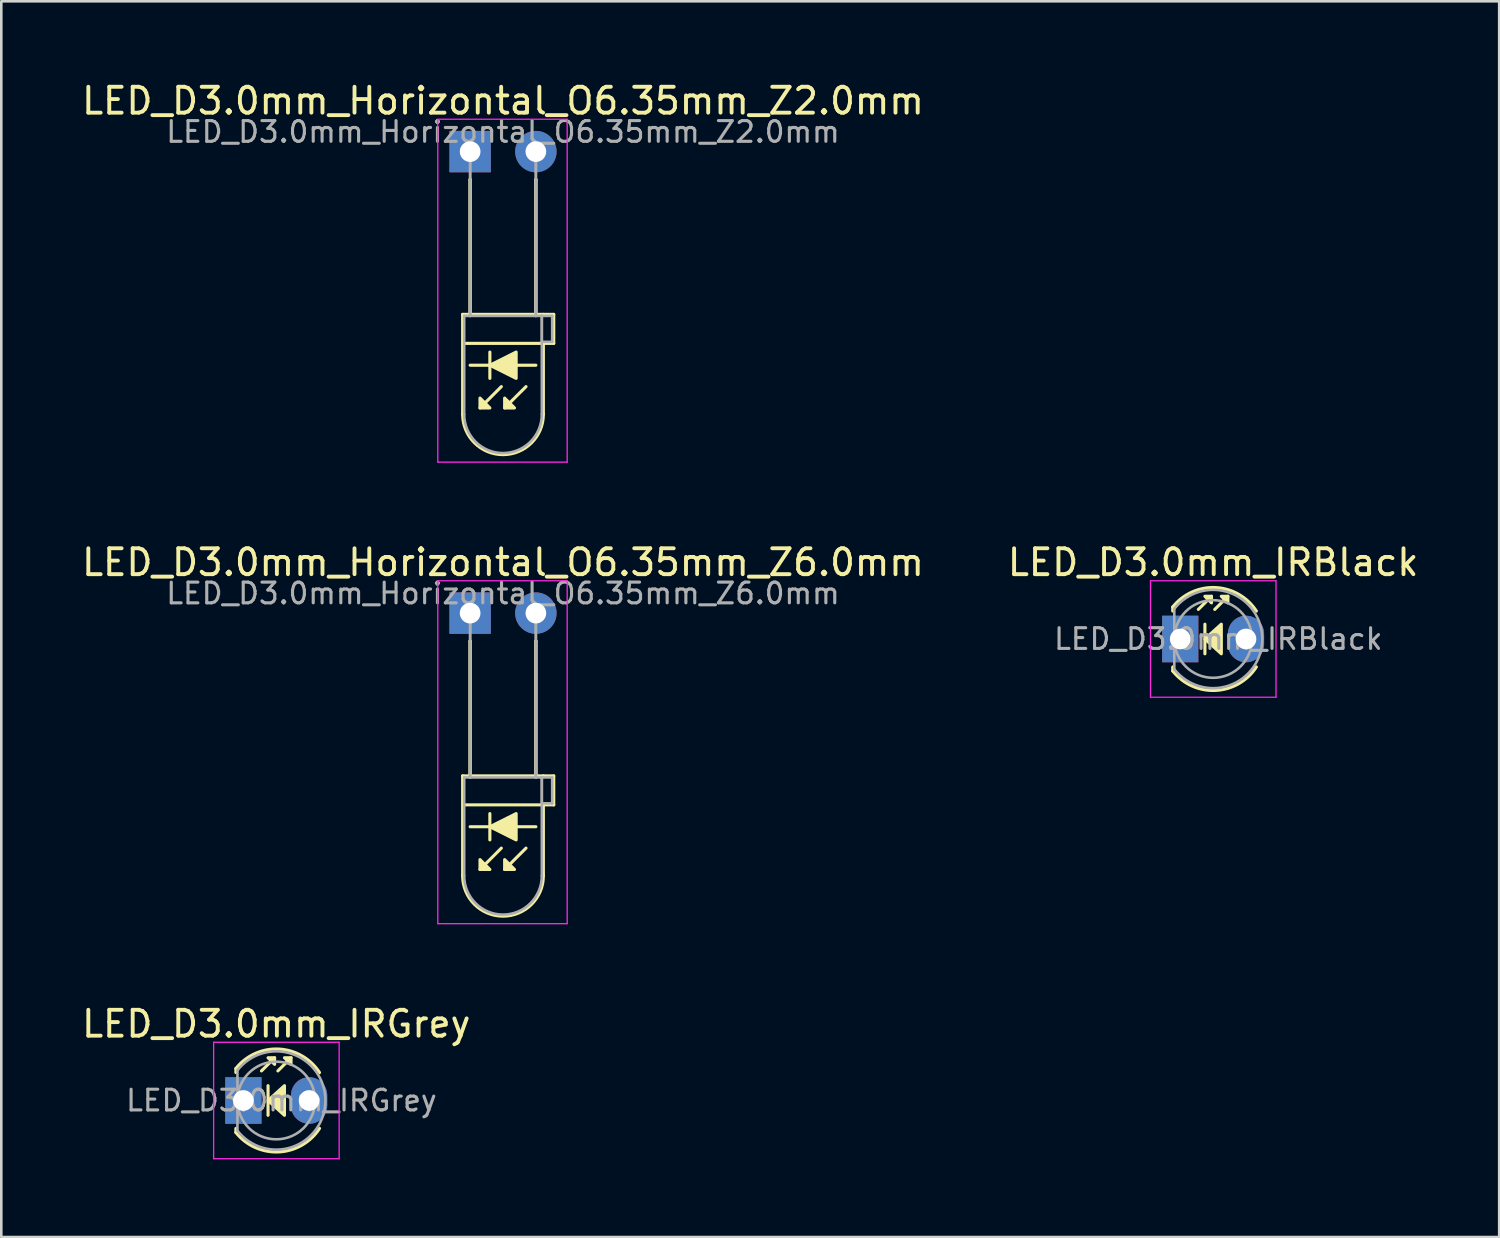
<source format=kicad_pcb>
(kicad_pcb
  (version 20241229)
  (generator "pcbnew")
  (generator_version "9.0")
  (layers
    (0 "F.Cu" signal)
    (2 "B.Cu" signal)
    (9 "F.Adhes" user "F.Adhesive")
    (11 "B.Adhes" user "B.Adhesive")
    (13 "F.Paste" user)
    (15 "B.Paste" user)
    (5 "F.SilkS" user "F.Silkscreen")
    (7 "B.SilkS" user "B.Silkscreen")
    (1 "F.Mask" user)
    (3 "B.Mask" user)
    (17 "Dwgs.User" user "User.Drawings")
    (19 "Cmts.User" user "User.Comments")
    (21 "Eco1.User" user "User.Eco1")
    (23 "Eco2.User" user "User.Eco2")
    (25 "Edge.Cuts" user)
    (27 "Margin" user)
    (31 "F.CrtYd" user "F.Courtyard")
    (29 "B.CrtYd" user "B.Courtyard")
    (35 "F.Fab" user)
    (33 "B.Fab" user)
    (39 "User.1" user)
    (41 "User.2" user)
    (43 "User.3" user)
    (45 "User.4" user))
  (footprint "LED_D3.0mm_Horizontal_O6.35mm_Z6.0mm"
    (layer "F.Cu")
    (at 15.117 20.642)
    (property "Reference" "LED_D3.0mm_Horizontal_O6.35mm_Z6.0mm" (at 1.27 -1.96 0) (layer "F.SilkS") (effects (font (size 1 1) (thickness 0.15))))
    (fp_line (start -0.29 6.29) (end -0.29 10.15) (stroke (width 0.12) (type solid)) (layer "F.SilkS"))
    (fp_line (start -0.29 6.29) (end 2.83 6.29) (stroke (width 0.12) (type solid)) (layer "F.SilkS"))
    (fp_line (start 0 1.08) (end 0 1.08) (stroke (width 0.12) (type solid)) (layer "F.SilkS"))
    (fp_line (start 0 1.08) (end 0 6.29) (stroke (width 0.12) (type solid)) (layer "F.SilkS"))
    (fp_line (start 0 6.29) (end 0 1.08) (stroke (width 0.12) (type solid)) (layer "F.SilkS"))
    (fp_line (start 0 6.29) (end 0 6.29) (stroke (width 0.12) (type solid)) (layer "F.SilkS"))
    (fp_line (start 0.762 7.747) (end 0.762 8.763) (stroke (width 0.12) (type solid)) (layer "F.SilkS"))
    (fp_line (start 1.206 9.081) (end 0.381 9.906) (stroke (width 0.12) (type solid)) (layer "F.SilkS"))
    (fp_line (start 2.159 9.081) (end 1.333 9.906) (stroke (width 0.12) (type solid)) (layer "F.SilkS"))
    (fp_line (start 2.54 1.08) (end 2.54 1.08) (stroke (width 0.12) (type solid)) (layer "F.SilkS"))
    (fp_line (start 2.54 1.08) (end 2.54 6.29) (stroke (width 0.12) (type solid)) (layer "F.SilkS"))
    (fp_line (start 2.54 6.29) (end 2.54 1.08) (stroke (width 0.12) (type solid)) (layer "F.SilkS"))
    (fp_line (start 2.54 6.29) (end 2.54 6.29) (stroke (width 0.12) (type solid)) (layer "F.SilkS"))
    (fp_line (start 2.54 8.255) (end 0 8.255) (stroke (width 0.12) (type solid)) (layer "F.SilkS"))
    (fp_line (start 2.83 6.29) (end 3.23 6.29) (stroke (width 0.12) (type solid)) (layer "F.SilkS"))
    (fp_line (start 2.83 7.41) (end 2.83 10.15) (stroke (width 0.12) (type solid)) (layer "F.SilkS"))
    (fp_line (start 3.23 6.29) (end 3.23 7.41) (stroke (width 0.12) (type solid)) (layer "F.SilkS"))
    (fp_line (start 3.23 7.41) (end -0.254 7.41) (stroke (width 0.12) (type solid)) (layer "F.SilkS"))
    (fp_arc (start 2.83 10.15) (mid 1.27 11.71) (end -0.29 10.15) (stroke (width 0.12) (type solid)) (layer "F.SilkS"))
    (fp_poly (pts (xy 0.381 9.525) (xy 0.762 9.906) (xy 0.381 9.906)) (stroke (width 0.12) (type solid)) (fill yes) (layer "F.SilkS"))
    (fp_poly (pts (xy 1.333 9.525) (xy 1.714 9.906) (xy 1.333 9.906)) (stroke (width 0.12) (type solid)) (fill yes) (layer "F.SilkS"))
    (fp_poly (pts (xy 1.778 8.763) (xy 0.762 8.255) (xy 1.778 7.747)) (stroke (width 0.12) (type solid)) (fill yes) (layer "F.SilkS"))
    (fp_line (start -1.25 -1.25) (end -1.25 12) (stroke (width 0.05) (type solid)) (layer "F.CrtYd"))
    (fp_line (start -1.25 12) (end 3.75 12) (stroke (width 0.05) (type solid)) (layer "F.CrtYd"))
    (fp_line (start 3.75 -1.25) (end -1.25 -1.25) (stroke (width 0.05) (type solid)) (layer "F.CrtYd"))
    (fp_line (start 3.75 12) (end 3.75 -1.25) (stroke (width 0.05) (type solid)) (layer "F.CrtYd"))
    (fp_line (start -0.23 6.35) (end -0.23 10.15) (stroke (width 0.1) (type solid)) (layer "F.Fab"))
    (fp_line (start -0.23 6.35) (end 2.77 6.35) (stroke (width 0.1) (type solid)) (layer "F.Fab"))
    (fp_line (start 0 0) (end 0 0) (stroke (width 0.1) (type solid)) (layer "F.Fab"))
    (fp_line (start 0 0) (end 0 6.35) (stroke (width 0.1) (type solid)) (layer "F.Fab"))
    (fp_line (start 0 6.35) (end 0 0) (stroke (width 0.1) (type solid)) (layer "F.Fab"))
    (fp_line (start 0 6.35) (end 0 6.35) (stroke (width 0.1) (type solid)) (layer "F.Fab"))
    (fp_line (start 2.54 0) (end 2.54 0) (stroke (width 0.1) (type solid)) (layer "F.Fab"))
    (fp_line (start 2.54 0) (end 2.54 6.35) (stroke (width 0.1) (type solid)) (layer "F.Fab"))
    (fp_line (start 2.54 6.35) (end 2.54 0) (stroke (width 0.1) (type solid)) (layer "F.Fab"))
    (fp_line (start 2.54 6.35) (end 2.54 6.35) (stroke (width 0.1) (type solid)) (layer "F.Fab"))
    (fp_line (start 2.77 6.35) (end 2.77 10.15) (stroke (width 0.1) (type solid)) (layer "F.Fab"))
    (fp_line (start 2.77 6.35) (end 3.17 6.35) (stroke (width 0.1) (type solid)) (layer "F.Fab"))
    (fp_line (start 2.77 7.35) (end 2.77 6.35) (stroke (width 0.1) (type solid)) (layer "F.Fab"))
    (fp_line (start 3.17 6.35) (end 3.17 7.35) (stroke (width 0.1) (type solid)) (layer "F.Fab"))
    (fp_line (start 3.17 7.35) (end 2.77 7.35) (stroke (width 0.1) (type solid)) (layer "F.Fab"))
    (fp_arc (start 2.77 10.15) (mid 1.27 11.65) (end -0.23 10.15) (stroke (width 0.1) (type solid)) (layer "F.Fab"))
    (fp_text user "${REFERENCE}" (at 1.27 -0.762 0) (layer "F.Fab") (effects (font (size 0.8 0.8) (thickness 0.12))))
    (pad "1" thru_hole rect (at 0 0) (size 1.6 1.6) (drill 0.8) (layers "*.Cu" "*.Mask"))
    (pad "2" thru_hole circle (at 2.54 0) (size 1.6 1.6) (drill 0.8) (layers "*.Cu" "*.Mask")))
  (footprint "LED_D3.0mm_Horizontal_O6.35mm_Z2.0mm"
    (layer "F.Cu")
    (at 15.117 2.808)
    (property "Reference" "LED_D3.0mm_Horizontal_O6.35mm_Z2.0mm" (at 1.27 -1.96 0) (layer "F.SilkS") (effects (font (size 1 1) (thickness 0.15))))
    (fp_line (start -0.29 6.29) (end -0.29 10.15) (stroke (width 0.12) (type solid)) (layer "F.SilkS"))
    (fp_line (start -0.29 6.29) (end 2.83 6.29) (stroke (width 0.12) (type solid)) (layer "F.SilkS"))
    (fp_line (start 0 1.08) (end 0 1.08) (stroke (width 0.12) (type solid)) (layer "F.SilkS"))
    (fp_line (start 0 1.08) (end 0 6.29) (stroke (width 0.12) (type solid)) (layer "F.SilkS"))
    (fp_line (start 0 6.29) (end 0 1.08) (stroke (width 0.12) (type solid)) (layer "F.SilkS"))
    (fp_line (start 0 6.29) (end 0 6.29) (stroke (width 0.12) (type solid)) (layer "F.SilkS"))
    (fp_line (start 0.762 7.747) (end 0.762 8.763) (stroke (width 0.12) (type solid)) (layer "F.SilkS"))
    (fp_line (start 1.206 9.081) (end 0.381 9.906) (stroke (width 0.12) (type solid)) (layer "F.SilkS"))
    (fp_line (start 2.159 9.081) (end 1.333 9.906) (stroke (width 0.12) (type solid)) (layer "F.SilkS"))
    (fp_line (start 2.54 1.08) (end 2.54 1.08) (stroke (width 0.12) (type solid)) (layer "F.SilkS"))
    (fp_line (start 2.54 1.08) (end 2.54 6.29) (stroke (width 0.12) (type solid)) (layer "F.SilkS"))
    (fp_line (start 2.54 6.29) (end 2.54 1.08) (stroke (width 0.12) (type solid)) (layer "F.SilkS"))
    (fp_line (start 2.54 6.29) (end 2.54 6.29) (stroke (width 0.12) (type solid)) (layer "F.SilkS"))
    (fp_line (start 2.54 8.255) (end 0 8.255) (stroke (width 0.12) (type solid)) (layer "F.SilkS"))
    (fp_line (start 2.83 6.29) (end 3.23 6.29) (stroke (width 0.12) (type solid)) (layer "F.SilkS"))
    (fp_line (start 2.83 7.41) (end 2.83 10.15) (stroke (width 0.12) (type solid)) (layer "F.SilkS"))
    (fp_line (start 3.23 6.29) (end 3.23 7.41) (stroke (width 0.12) (type solid)) (layer "F.SilkS"))
    (fp_line (start 3.23 7.41) (end -0.254 7.41) (stroke (width 0.12) (type solid)) (layer "F.SilkS"))
    (fp_arc (start 2.83 10.15) (mid 1.27 11.71) (end -0.29 10.15) (stroke (width 0.12) (type solid)) (layer "F.SilkS"))
    (fp_poly (pts (xy 0.381 9.525) (xy 0.762 9.906) (xy 0.381 9.906)) (stroke (width 0.12) (type solid)) (fill yes) (layer "F.SilkS"))
    (fp_poly (pts (xy 1.333 9.525) (xy 1.714 9.906) (xy 1.333 9.906)) (stroke (width 0.12) (type solid)) (fill yes) (layer "F.SilkS"))
    (fp_poly (pts (xy 1.778 8.763) (xy 0.762 8.255) (xy 1.778 7.747)) (stroke (width 0.12) (type solid)) (fill yes) (layer "F.SilkS"))
    (fp_line (start -1.25 -1.25) (end -1.25 12) (stroke (width 0.05) (type solid)) (layer "F.CrtYd"))
    (fp_line (start -1.25 12) (end 3.75 12) (stroke (width 0.05) (type solid)) (layer "F.CrtYd"))
    (fp_line (start 3.75 -1.25) (end -1.25 -1.25) (stroke (width 0.05) (type solid)) (layer "F.CrtYd"))
    (fp_line (start 3.75 12) (end 3.75 -1.25) (stroke (width 0.05) (type solid)) (layer "F.CrtYd"))
    (fp_line (start -0.23 6.35) (end -0.23 10.15) (stroke (width 0.1) (type solid)) (layer "F.Fab"))
    (fp_line (start -0.23 6.35) (end 2.77 6.35) (stroke (width 0.1) (type solid)) (layer "F.Fab"))
    (fp_line (start 0 0) (end 0 0) (stroke (width 0.1) (type solid)) (layer "F.Fab"))
    (fp_line (start 0 0) (end 0 6.35) (stroke (width 0.1) (type solid)) (layer "F.Fab"))
    (fp_line (start 0 6.35) (end 0 0) (stroke (width 0.1) (type solid)) (layer "F.Fab"))
    (fp_line (start 0 6.35) (end 0 6.35) (stroke (width 0.1) (type solid)) (layer "F.Fab"))
    (fp_line (start 2.54 0) (end 2.54 0) (stroke (width 0.1) (type solid)) (layer "F.Fab"))
    (fp_line (start 2.54 0) (end 2.54 6.35) (stroke (width 0.1) (type solid)) (layer "F.Fab"))
    (fp_line (start 2.54 6.35) (end 2.54 0) (stroke (width 0.1) (type solid)) (layer "F.Fab"))
    (fp_line (start 2.54 6.35) (end 2.54 6.35) (stroke (width 0.1) (type solid)) (layer "F.Fab"))
    (fp_line (start 2.77 6.35) (end 2.77 10.15) (stroke (width 0.1) (type solid)) (layer "F.Fab"))
    (fp_line (start 2.77 6.35) (end 3.17 6.35) (stroke (width 0.1) (type solid)) (layer "F.Fab"))
    (fp_line (start 2.77 7.35) (end 2.77 6.35) (stroke (width 0.1) (type solid)) (layer "F.Fab"))
    (fp_line (start 3.17 6.35) (end 3.17 7.35) (stroke (width 0.1) (type solid)) (layer "F.Fab"))
    (fp_line (start 3.17 7.35) (end 2.77 7.35) (stroke (width 0.1) (type solid)) (layer "F.Fab"))
    (fp_arc (start 2.77 10.15) (mid 1.27 11.65) (end -0.23 10.15) (stroke (width 0.1) (type solid)) (layer "F.Fab"))
    (fp_text user "${REFERENCE}" (at 1.27 -0.762 0) (layer "F.Fab") (effects (font (size 0.8 0.8) (thickness 0.12))))
    (pad "1" thru_hole rect (at 0 0) (size 1.6 1.6) (drill 0.8) (layers "*.Cu" "*.Mask"))
    (pad "2" thru_hole circle (at 2.54 0) (size 1.6 1.6) (drill 0.8) (layers "*.Cu" "*.Mask")))
  (footprint "LED_D3.0mm_IRBlack"
    (layer "F.Cu")
    (at 42.557 21.642)
    (property "Reference" "LED_D3.0mm_IRBlack" (at 1.27 -2.96 0) (layer "F.SilkS") (effects (font (size 1 1) (thickness 0.15))))
    (fp_line (start -0.29 -1.236) (end -0.29 -1.08) (stroke (width 0.12) (type solid)) (layer "F.SilkS"))
    (fp_line (start -0.29 1.08) (end -0.29 1.236) (stroke (width 0.12) (type solid)) (layer "F.SilkS"))
    (fp_line (start 0.699 -1.143) (end 1.206 -1.651) (stroke (width 0.12) (type solid)) (layer "F.SilkS"))
    (fp_line (start 0.953 -0.572) (end 0.953 0.572) (stroke (width 0.12) (type solid)) (layer "F.SilkS"))
    (fp_line (start 1.333 -1.143) (end 1.841 -1.651) (stroke (width 0.12) (type solid)) (layer "F.SilkS"))
    (fp_arc (start -0.29 -1.235516) (mid 1.366487 -1.987659) (end 2.942335 -1.078608) (stroke (width 0.12) (type solid)) (layer "F.SilkS"))
    (fp_arc (start 2.942335 1.078608) (mid 1.366487 1.987659) (end -0.29 1.235516) (stroke (width 0.12) (type solid)) (layer "F.SilkS"))
    (fp_poly (pts (xy 1.206 -1.397) (xy 0.953 -1.651) (xy 1.206 -1.651)) (stroke (width 0.12) (type solid)) (fill yes) (layer "F.SilkS"))
    (fp_poly (pts (xy 1.587 0.572) (xy 0.953 0) (xy 1.587 -0.572)) (stroke (width 0.12) (type solid)) (fill yes) (layer "F.SilkS"))
    (fp_poly (pts (xy 1.841 -1.397) (xy 1.587 -1.651) (xy 1.841 -1.651)) (stroke (width 0.12) (type solid)) (fill yes) (layer "F.SilkS"))
    (fp_line (start -1.15 -2.25) (end -1.15 2.25) (stroke (width 0.05) (type solid)) (layer "F.CrtYd"))
    (fp_line (start -1.15 2.25) (end 3.7 2.25) (stroke (width 0.05) (type solid)) (layer "F.CrtYd"))
    (fp_line (start 3.7 -2.25) (end -1.15 -2.25) (stroke (width 0.05) (type solid)) (layer "F.CrtYd"))
    (fp_line (start 3.7 2.25) (end 3.7 -2.25) (stroke (width 0.05) (type solid)) (layer "F.CrtYd"))
    (fp_line (start -0.23 -1.166) (end -0.23 1.166) (stroke (width 0.1) (type solid)) (layer "F.Fab"))
    (fp_arc (start -0.23 -1.16619) (mid 3.17 0.000452) (end -0.230555 1.165476) (stroke (width 0.1) (type solid)) (layer "F.Fab"))
    (fp_circle (center 1.27 0) (end 2.77 0) (stroke (width 0.1) (type solid)) (fill no) (layer "F.Fab"))
    (fp_text user "${REFERENCE}" (at 1.47 0 0) (layer "F.Fab") (effects (font (size 0.8 0.8) (thickness 0.12))))
    (pad "1" thru_hole rect (at 0 0) (size 1.4 1.8) (drill 0.8) (layers "*.Cu" "*.Mask"))
    (pad "2" thru_hole oval (at 2.54 0) (size 1.4 1.8) (drill 0.8) (layers "*.Cu" "*.Mask")))
  (footprint "LED_D3.0mm_IRGrey"
    (layer "F.Cu")
    (at 6.355 39.475)
    (property "Reference" "LED_D3.0mm_IRGrey" (at 1.27 -2.96 0) (layer "F.SilkS") (effects (font (size 1 1) (thickness 0.15))))
    (fp_line (start -0.29 -1.236) (end -0.29 -1.08) (stroke (width 0.12) (type solid)) (layer "F.SilkS"))
    (fp_line (start -0.29 1.08) (end -0.29 1.236) (stroke (width 0.12) (type solid)) (layer "F.SilkS"))
    (fp_line (start 0.699 -1.143) (end 1.206 -1.651) (stroke (width 0.12) (type solid)) (layer "F.SilkS"))
    (fp_line (start 0.953 -0.572) (end 0.953 0.572) (stroke (width 0.12) (type solid)) (layer "F.SilkS"))
    (fp_line (start 1.333 -1.143) (end 1.841 -1.651) (stroke (width 0.12) (type solid)) (layer "F.SilkS"))
    (fp_arc (start -0.29 -1.235516) (mid 1.366487 -1.987659) (end 2.942335 -1.078608) (stroke (width 0.12) (type solid)) (layer "F.SilkS"))
    (fp_arc (start 2.942335 1.078608) (mid 1.366487 1.987659) (end -0.29 1.235516) (stroke (width 0.12) (type solid)) (layer "F.SilkS"))
    (fp_poly (pts (xy 1.206 -1.397) (xy 0.953 -1.651) (xy 1.206 -1.651)) (stroke (width 0.12) (type solid)) (fill yes) (layer "F.SilkS"))
    (fp_poly (pts (xy 1.587 0.572) (xy 0.953 0) (xy 1.587 -0.572)) (stroke (width 0.12) (type solid)) (fill yes) (layer "F.SilkS"))
    (fp_poly (pts (xy 1.841 -1.397) (xy 1.587 -1.651) (xy 1.841 -1.651)) (stroke (width 0.12) (type solid)) (fill yes) (layer "F.SilkS"))
    (fp_line (start -1.15 -2.25) (end -1.15 2.25) (stroke (width 0.05) (type solid)) (layer "F.CrtYd"))
    (fp_line (start -1.15 2.25) (end 3.7 2.25) (stroke (width 0.05) (type solid)) (layer "F.CrtYd"))
    (fp_line (start 3.7 -2.25) (end -1.15 -2.25) (stroke (width 0.05) (type solid)) (layer "F.CrtYd"))
    (fp_line (start 3.7 2.25) (end 3.7 -2.25) (stroke (width 0.05) (type solid)) (layer "F.CrtYd"))
    (fp_line (start -0.23 -1.166) (end -0.23 1.166) (stroke (width 0.1) (type solid)) (layer "F.Fab"))
    (fp_arc (start -0.23 -1.16619) (mid 3.17 0.000452) (end -0.230555 1.165476) (stroke (width 0.1) (type solid)) (layer "F.Fab"))
    (fp_circle (center 1.27 0) (end 2.77 0) (stroke (width 0.1) (type solid)) (fill no) (layer "F.Fab"))
    (fp_text user "${REFERENCE}" (at 1.47 0 0) (layer "F.Fab") (effects (font (size 0.8 0.8) (thickness 0.12))))
    (pad "1" thru_hole rect (at 0 0) (size 1.4 1.8) (drill 0.8) (layers "*.Cu" "*.Mask"))
    (pad "2" thru_hole oval (at 2.54 0) (size 1.4 1.8) (drill 0.8) (layers "*.Cu" "*.Mask")))
  (gr_rect
    (start -3 -3)
    (end 54.881 44.75)
    (stroke (width 0.1) (type default))
    (fill no)
    (layer "Edge.Cuts")))
</source>
